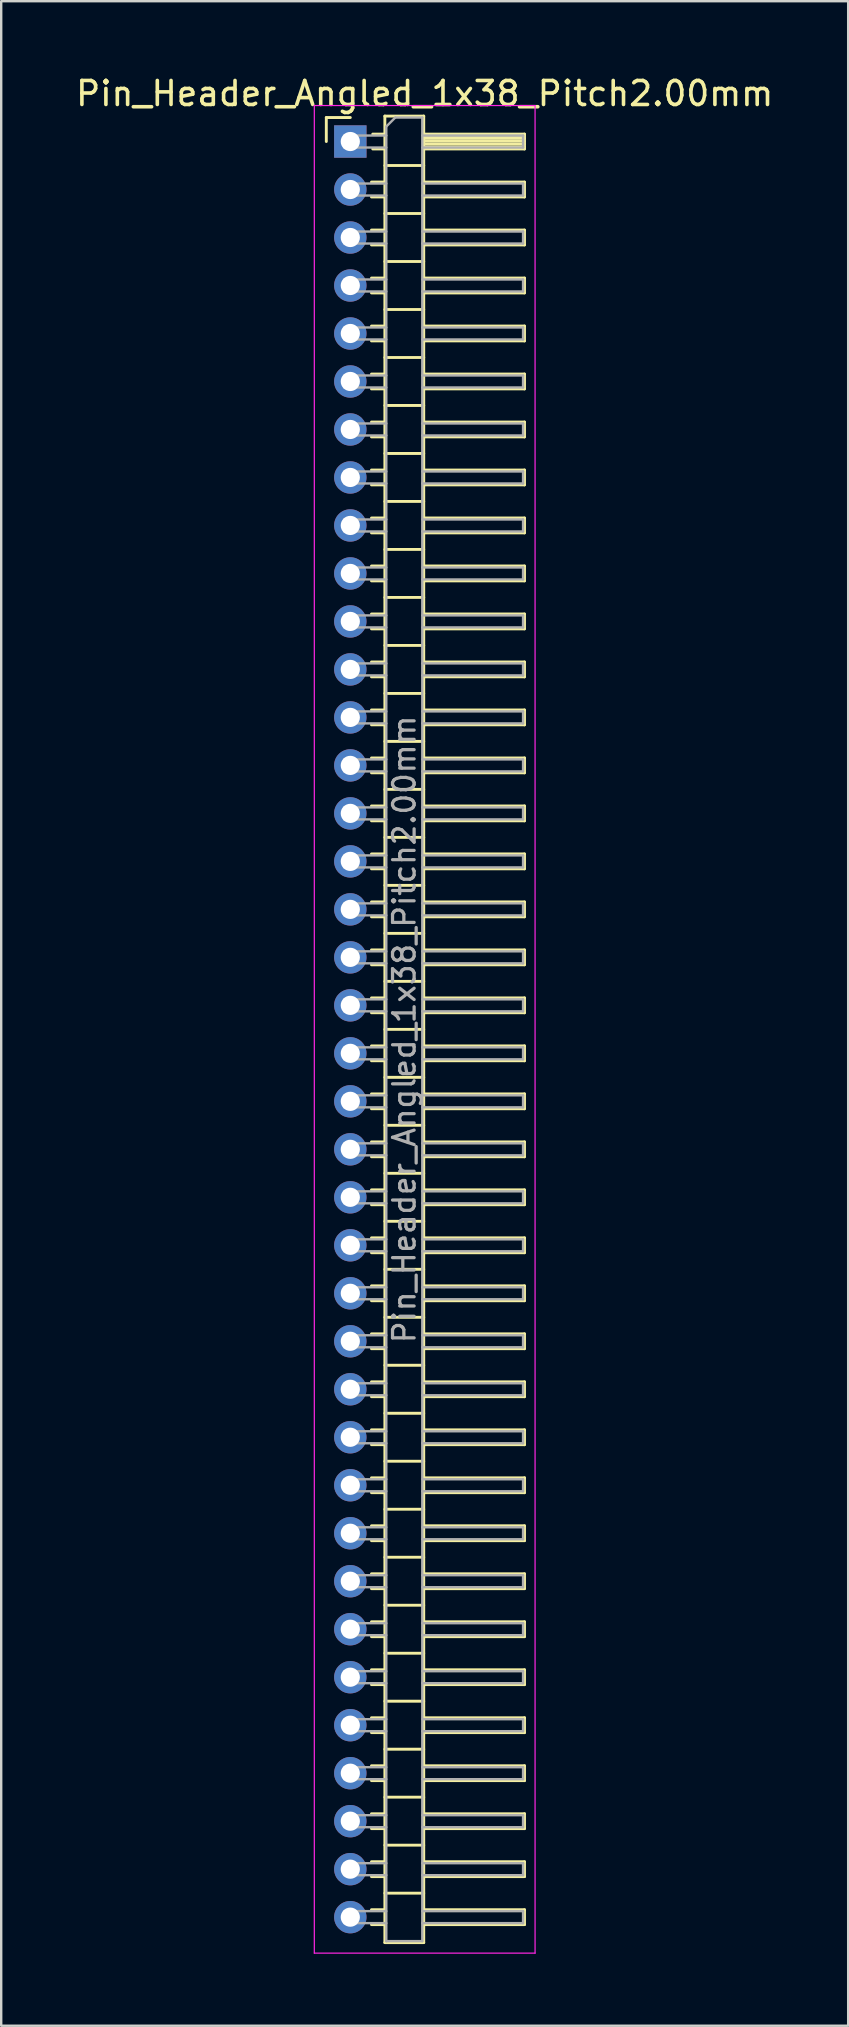
<source format=kicad_pcb>
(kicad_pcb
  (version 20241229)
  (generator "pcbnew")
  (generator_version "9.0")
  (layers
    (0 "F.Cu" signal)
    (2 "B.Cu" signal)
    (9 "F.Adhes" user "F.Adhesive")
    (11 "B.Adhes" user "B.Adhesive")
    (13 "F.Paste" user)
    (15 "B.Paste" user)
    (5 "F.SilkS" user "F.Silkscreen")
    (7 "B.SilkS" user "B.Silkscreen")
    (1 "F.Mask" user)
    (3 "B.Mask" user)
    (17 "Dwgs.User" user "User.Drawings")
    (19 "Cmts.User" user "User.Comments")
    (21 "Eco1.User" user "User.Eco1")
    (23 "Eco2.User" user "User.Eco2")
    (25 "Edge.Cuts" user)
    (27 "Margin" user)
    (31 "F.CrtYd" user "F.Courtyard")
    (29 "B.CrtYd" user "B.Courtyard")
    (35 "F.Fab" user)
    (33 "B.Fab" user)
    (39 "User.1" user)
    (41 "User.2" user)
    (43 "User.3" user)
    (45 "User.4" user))
  (footprint "Pin_Header_Angled_1x38_Pitch2.00mm"
    (layer "F.Cu")
    (at 11.549 2.848)
    (property "Reference" "Pin_Header_Angled_1x38_Pitch2.00mm" (at 3.1 -2 0) (layer "F.SilkS") (effects (font (size 1 1) (thickness 0.15))))
    (attr through_hole)
    (fp_line (start -1 -1) (end 0 -1) (stroke (width 0.12) (type solid)) (layer "F.SilkS"))
    (fp_line (start -1 0) (end -1 -1) (stroke (width 0.12) (type solid)) (layer "F.SilkS"))
    (fp_line (start 0.882 1.69) (end 1.44 1.69) (stroke (width 0.12) (type solid)) (layer "F.SilkS"))
    (fp_line (start 0.882 2.31) (end 1.44 2.31) (stroke (width 0.12) (type solid)) (layer "F.SilkS"))
    (fp_line (start 0.882 3.69) (end 1.44 3.69) (stroke (width 0.12) (type solid)) (layer "F.SilkS"))
    (fp_line (start 0.882 4.31) (end 1.44 4.31) (stroke (width 0.12) (type solid)) (layer "F.SilkS"))
    (fp_line (start 0.882 5.69) (end 1.44 5.69) (stroke (width 0.12) (type solid)) (layer "F.SilkS"))
    (fp_line (start 0.882 6.31) (end 1.44 6.31) (stroke (width 0.12) (type solid)) (layer "F.SilkS"))
    (fp_line (start 0.882 7.69) (end 1.44 7.69) (stroke (width 0.12) (type solid)) (layer "F.SilkS"))
    (fp_line (start 0.882 8.31) (end 1.44 8.31) (stroke (width 0.12) (type solid)) (layer "F.SilkS"))
    (fp_line (start 0.882 9.69) (end 1.44 9.69) (stroke (width 0.12) (type solid)) (layer "F.SilkS"))
    (fp_line (start 0.882 10.31) (end 1.44 10.31) (stroke (width 0.12) (type solid)) (layer "F.SilkS"))
    (fp_line (start 0.882 11.69) (end 1.44 11.69) (stroke (width 0.12) (type solid)) (layer "F.SilkS"))
    (fp_line (start 0.882 12.31) (end 1.44 12.31) (stroke (width 0.12) (type solid)) (layer "F.SilkS"))
    (fp_line (start 0.882 13.69) (end 1.44 13.69) (stroke (width 0.12) (type solid)) (layer "F.SilkS"))
    (fp_line (start 0.882 14.31) (end 1.44 14.31) (stroke (width 0.12) (type solid)) (layer "F.SilkS"))
    (fp_line (start 0.882 15.69) (end 1.44 15.69) (stroke (width 0.12) (type solid)) (layer "F.SilkS"))
    (fp_line (start 0.882 16.31) (end 1.44 16.31) (stroke (width 0.12) (type solid)) (layer "F.SilkS"))
    (fp_line (start 0.882 17.69) (end 1.44 17.69) (stroke (width 0.12) (type solid)) (layer "F.SilkS"))
    (fp_line (start 0.882 18.31) (end 1.44 18.31) (stroke (width 0.12) (type solid)) (layer "F.SilkS"))
    (fp_line (start 0.882 19.69) (end 1.44 19.69) (stroke (width 0.12) (type solid)) (layer "F.SilkS"))
    (fp_line (start 0.882 20.31) (end 1.44 20.31) (stroke (width 0.12) (type solid)) (layer "F.SilkS"))
    (fp_line (start 0.882 21.69) (end 1.44 21.69) (stroke (width 0.12) (type solid)) (layer "F.SilkS"))
    (fp_line (start 0.882 22.31) (end 1.44 22.31) (stroke (width 0.12) (type solid)) (layer "F.SilkS"))
    (fp_line (start 0.882 23.69) (end 1.44 23.69) (stroke (width 0.12) (type solid)) (layer "F.SilkS"))
    (fp_line (start 0.882 24.31) (end 1.44 24.31) (stroke (width 0.12) (type solid)) (layer "F.SilkS"))
    (fp_line (start 0.882 25.69) (end 1.44 25.69) (stroke (width 0.12) (type solid)) (layer "F.SilkS"))
    (fp_line (start 0.882 26.31) (end 1.44 26.31) (stroke (width 0.12) (type solid)) (layer "F.SilkS"))
    (fp_line (start 0.882 27.69) (end 1.44 27.69) (stroke (width 0.12) (type solid)) (layer "F.SilkS"))
    (fp_line (start 0.882 28.31) (end 1.44 28.31) (stroke (width 0.12) (type solid)) (layer "F.SilkS"))
    (fp_line (start 0.882 29.69) (end 1.44 29.69) (stroke (width 0.12) (type solid)) (layer "F.SilkS"))
    (fp_line (start 0.882 30.31) (end 1.44 30.31) (stroke (width 0.12) (type solid)) (layer "F.SilkS"))
    (fp_line (start 0.882 31.69) (end 1.44 31.69) (stroke (width 0.12) (type solid)) (layer "F.SilkS"))
    (fp_line (start 0.882 32.31) (end 1.44 32.31) (stroke (width 0.12) (type solid)) (layer "F.SilkS"))
    (fp_line (start 0.882 33.69) (end 1.44 33.69) (stroke (width 0.12) (type solid)) (layer "F.SilkS"))
    (fp_line (start 0.882 34.31) (end 1.44 34.31) (stroke (width 0.12) (type solid)) (layer "F.SilkS"))
    (fp_line (start 0.882 35.69) (end 1.44 35.69) (stroke (width 0.12) (type solid)) (layer "F.SilkS"))
    (fp_line (start 0.882 36.31) (end 1.44 36.31) (stroke (width 0.12) (type solid)) (layer "F.SilkS"))
    (fp_line (start 0.882 37.69) (end 1.44 37.69) (stroke (width 0.12) (type solid)) (layer "F.SilkS"))
    (fp_line (start 0.882 38.31) (end 1.44 38.31) (stroke (width 0.12) (type solid)) (layer "F.SilkS"))
    (fp_line (start 0.882 39.69) (end 1.44 39.69) (stroke (width 0.12) (type solid)) (layer "F.SilkS"))
    (fp_line (start 0.882 40.31) (end 1.44 40.31) (stroke (width 0.12) (type solid)) (layer "F.SilkS"))
    (fp_line (start 0.882 41.69) (end 1.44 41.69) (stroke (width 0.12) (type solid)) (layer "F.SilkS"))
    (fp_line (start 0.882 42.31) (end 1.44 42.31) (stroke (width 0.12) (type solid)) (layer "F.SilkS"))
    (fp_line (start 0.882 43.69) (end 1.44 43.69) (stroke (width 0.12) (type solid)) (layer "F.SilkS"))
    (fp_line (start 0.882 44.31) (end 1.44 44.31) (stroke (width 0.12) (type solid)) (layer "F.SilkS"))
    (fp_line (start 0.882 45.69) (end 1.44 45.69) (stroke (width 0.12) (type solid)) (layer "F.SilkS"))
    (fp_line (start 0.882 46.31) (end 1.44 46.31) (stroke (width 0.12) (type solid)) (layer "F.SilkS"))
    (fp_line (start 0.882 47.69) (end 1.44 47.69) (stroke (width 0.12) (type solid)) (layer "F.SilkS"))
    (fp_line (start 0.882 48.31) (end 1.44 48.31) (stroke (width 0.12) (type solid)) (layer "F.SilkS"))
    (fp_line (start 0.882 49.69) (end 1.44 49.69) (stroke (width 0.12) (type solid)) (layer "F.SilkS"))
    (fp_line (start 0.882 50.31) (end 1.44 50.31) (stroke (width 0.12) (type solid)) (layer "F.SilkS"))
    (fp_line (start 0.882 51.69) (end 1.44 51.69) (stroke (width 0.12) (type solid)) (layer "F.SilkS"))
    (fp_line (start 0.882 52.31) (end 1.44 52.31) (stroke (width 0.12) (type solid)) (layer "F.SilkS"))
    (fp_line (start 0.882 53.69) (end 1.44 53.69) (stroke (width 0.12) (type solid)) (layer "F.SilkS"))
    (fp_line (start 0.882 54.31) (end 1.44 54.31) (stroke (width 0.12) (type solid)) (layer "F.SilkS"))
    (fp_line (start 0.882 55.69) (end 1.44 55.69) (stroke (width 0.12) (type solid)) (layer "F.SilkS"))
    (fp_line (start 0.882 56.31) (end 1.44 56.31) (stroke (width 0.12) (type solid)) (layer "F.SilkS"))
    (fp_line (start 0.882 57.69) (end 1.44 57.69) (stroke (width 0.12) (type solid)) (layer "F.SilkS"))
    (fp_line (start 0.882 58.31) (end 1.44 58.31) (stroke (width 0.12) (type solid)) (layer "F.SilkS"))
    (fp_line (start 0.882 59.69) (end 1.44 59.69) (stroke (width 0.12) (type solid)) (layer "F.SilkS"))
    (fp_line (start 0.882 60.31) (end 1.44 60.31) (stroke (width 0.12) (type solid)) (layer "F.SilkS"))
    (fp_line (start 0.882 61.69) (end 1.44 61.69) (stroke (width 0.12) (type solid)) (layer "F.SilkS"))
    (fp_line (start 0.882 62.31) (end 1.44 62.31) (stroke (width 0.12) (type solid)) (layer "F.SilkS"))
    (fp_line (start 0.882 63.69) (end 1.44 63.69) (stroke (width 0.12) (type solid)) (layer "F.SilkS"))
    (fp_line (start 0.882 64.31) (end 1.44 64.31) (stroke (width 0.12) (type solid)) (layer "F.SilkS"))
    (fp_line (start 0.882 65.69) (end 1.44 65.69) (stroke (width 0.12) (type solid)) (layer "F.SilkS"))
    (fp_line (start 0.882 66.31) (end 1.44 66.31) (stroke (width 0.12) (type solid)) (layer "F.SilkS"))
    (fp_line (start 0.882 67.69) (end 1.44 67.69) (stroke (width 0.12) (type solid)) (layer "F.SilkS"))
    (fp_line (start 0.882 68.31) (end 1.44 68.31) (stroke (width 0.12) (type solid)) (layer "F.SilkS"))
    (fp_line (start 0.882 69.69) (end 1.44 69.69) (stroke (width 0.12) (type solid)) (layer "F.SilkS"))
    (fp_line (start 0.882 70.31) (end 1.44 70.31) (stroke (width 0.12) (type solid)) (layer "F.SilkS"))
    (fp_line (start 0.882 71.69) (end 1.44 71.69) (stroke (width 0.12) (type solid)) (layer "F.SilkS"))
    (fp_line (start 0.882 72.31) (end 1.44 72.31) (stroke (width 0.12) (type solid)) (layer "F.SilkS"))
    (fp_line (start 0.882 73.69) (end 1.44 73.69) (stroke (width 0.12) (type solid)) (layer "F.SilkS"))
    (fp_line (start 0.882 74.31) (end 1.44 74.31) (stroke (width 0.12) (type solid)) (layer "F.SilkS"))
    (fp_line (start 0.935 -0.31) (end 1.44 -0.31) (stroke (width 0.12) (type solid)) (layer "F.SilkS"))
    (fp_line (start 0.935 0.31) (end 1.44 0.31) (stroke (width 0.12) (type solid)) (layer "F.SilkS"))
    (fp_line (start 1.44 -1.06) (end 1.44 75.06) (stroke (width 0.12) (type solid)) (layer "F.SilkS"))
    (fp_line (start 1.44 1) (end 3.06 1) (stroke (width 0.12) (type solid)) (layer "F.SilkS"))
    (fp_line (start 1.44 3) (end 3.06 3) (stroke (width 0.12) (type solid)) (layer "F.SilkS"))
    (fp_line (start 1.44 5) (end 3.06 5) (stroke (width 0.12) (type solid)) (layer "F.SilkS"))
    (fp_line (start 1.44 7) (end 3.06 7) (stroke (width 0.12) (type solid)) (layer "F.SilkS"))
    (fp_line (start 1.44 9) (end 3.06 9) (stroke (width 0.12) (type solid)) (layer "F.SilkS"))
    (fp_line (start 1.44 11) (end 3.06 11) (stroke (width 0.12) (type solid)) (layer "F.SilkS"))
    (fp_line (start 1.44 13) (end 3.06 13) (stroke (width 0.12) (type solid)) (layer "F.SilkS"))
    (fp_line (start 1.44 15) (end 3.06 15) (stroke (width 0.12) (type solid)) (layer "F.SilkS"))
    (fp_line (start 1.44 17) (end 3.06 17) (stroke (width 0.12) (type solid)) (layer "F.SilkS"))
    (fp_line (start 1.44 19) (end 3.06 19) (stroke (width 0.12) (type solid)) (layer "F.SilkS"))
    (fp_line (start 1.44 21) (end 3.06 21) (stroke (width 0.12) (type solid)) (layer "F.SilkS"))
    (fp_line (start 1.44 23) (end 3.06 23) (stroke (width 0.12) (type solid)) (layer "F.SilkS"))
    (fp_line (start 1.44 25) (end 3.06 25) (stroke (width 0.12) (type solid)) (layer "F.SilkS"))
    (fp_line (start 1.44 27) (end 3.06 27) (stroke (width 0.12) (type solid)) (layer "F.SilkS"))
    (fp_line (start 1.44 29) (end 3.06 29) (stroke (width 0.12) (type solid)) (layer "F.SilkS"))
    (fp_line (start 1.44 31) (end 3.06 31) (stroke (width 0.12) (type solid)) (layer "F.SilkS"))
    (fp_line (start 1.44 33) (end 3.06 33) (stroke (width 0.12) (type solid)) (layer "F.SilkS"))
    (fp_line (start 1.44 35) (end 3.06 35) (stroke (width 0.12) (type solid)) (layer "F.SilkS"))
    (fp_line (start 1.44 37) (end 3.06 37) (stroke (width 0.12) (type solid)) (layer "F.SilkS"))
    (fp_line (start 1.44 39) (end 3.06 39) (stroke (width 0.12) (type solid)) (layer "F.SilkS"))
    (fp_line (start 1.44 41) (end 3.06 41) (stroke (width 0.12) (type solid)) (layer "F.SilkS"))
    (fp_line (start 1.44 43) (end 3.06 43) (stroke (width 0.12) (type solid)) (layer "F.SilkS"))
    (fp_line (start 1.44 45) (end 3.06 45) (stroke (width 0.12) (type solid)) (layer "F.SilkS"))
    (fp_line (start 1.44 47) (end 3.06 47) (stroke (width 0.12) (type solid)) (layer "F.SilkS"))
    (fp_line (start 1.44 49) (end 3.06 49) (stroke (width 0.12) (type solid)) (layer "F.SilkS"))
    (fp_line (start 1.44 51) (end 3.06 51) (stroke (width 0.12) (type solid)) (layer "F.SilkS"))
    (fp_line (start 1.44 53) (end 3.06 53) (stroke (width 0.12) (type solid)) (layer "F.SilkS"))
    (fp_line (start 1.44 55) (end 3.06 55) (stroke (width 0.12) (type solid)) (layer "F.SilkS"))
    (fp_line (start 1.44 57) (end 3.06 57) (stroke (width 0.12) (type solid)) (layer "F.SilkS"))
    (fp_line (start 1.44 59) (end 3.06 59) (stroke (width 0.12) (type solid)) (layer "F.SilkS"))
    (fp_line (start 1.44 61) (end 3.06 61) (stroke (width 0.12) (type solid)) (layer "F.SilkS"))
    (fp_line (start 1.44 63) (end 3.06 63) (stroke (width 0.12) (type solid)) (layer "F.SilkS"))
    (fp_line (start 1.44 65) (end 3.06 65) (stroke (width 0.12) (type solid)) (layer "F.SilkS"))
    (fp_line (start 1.44 67) (end 3.06 67) (stroke (width 0.12) (type solid)) (layer "F.SilkS"))
    (fp_line (start 1.44 69) (end 3.06 69) (stroke (width 0.12) (type solid)) (layer "F.SilkS"))
    (fp_line (start 1.44 71) (end 3.06 71) (stroke (width 0.12) (type solid)) (layer "F.SilkS"))
    (fp_line (start 1.44 73) (end 3.06 73) (stroke (width 0.12) (type solid)) (layer "F.SilkS"))
    (fp_line (start 1.44 75.06) (end 3.06 75.06) (stroke (width 0.12) (type solid)) (layer "F.SilkS"))
    (fp_line (start 3.06 -1.06) (end 1.44 -1.06) (stroke (width 0.12) (type solid)) (layer "F.SilkS"))
    (fp_line (start 3.06 -0.31) (end 7.26 -0.31) (stroke (width 0.12) (type solid)) (layer "F.SilkS"))
    (fp_line (start 3.06 -0.25) (end 7.26 -0.25) (stroke (width 0.12) (type solid)) (layer "F.SilkS"))
    (fp_line (start 3.06 -0.13) (end 7.26 -0.13) (stroke (width 0.12) (type solid)) (layer "F.SilkS"))
    (fp_line (start 3.06 -0.01) (end 7.26 -0.01) (stroke (width 0.12) (type solid)) (layer "F.SilkS"))
    (fp_line (start 3.06 0.11) (end 7.26 0.11) (stroke (width 0.12) (type solid)) (layer "F.SilkS"))
    (fp_line (start 3.06 0.23) (end 7.26 0.23) (stroke (width 0.12) (type solid)) (layer "F.SilkS"))
    (fp_line (start 3.06 1.69) (end 7.26 1.69) (stroke (width 0.12) (type solid)) (layer "F.SilkS"))
    (fp_line (start 3.06 3.69) (end 7.26 3.69) (stroke (width 0.12) (type solid)) (layer "F.SilkS"))
    (fp_line (start 3.06 5.69) (end 7.26 5.69) (stroke (width 0.12) (type solid)) (layer "F.SilkS"))
    (fp_line (start 3.06 7.69) (end 7.26 7.69) (stroke (width 0.12) (type solid)) (layer "F.SilkS"))
    (fp_line (start 3.06 9.69) (end 7.26 9.69) (stroke (width 0.12) (type solid)) (layer "F.SilkS"))
    (fp_line (start 3.06 11.69) (end 7.26 11.69) (stroke (width 0.12) (type solid)) (layer "F.SilkS"))
    (fp_line (start 3.06 13.69) (end 7.26 13.69) (stroke (width 0.12) (type solid)) (layer "F.SilkS"))
    (fp_line (start 3.06 15.69) (end 7.26 15.69) (stroke (width 0.12) (type solid)) (layer "F.SilkS"))
    (fp_line (start 3.06 17.69) (end 7.26 17.69) (stroke (width 0.12) (type solid)) (layer "F.SilkS"))
    (fp_line (start 3.06 19.69) (end 7.26 19.69) (stroke (width 0.12) (type solid)) (layer "F.SilkS"))
    (fp_line (start 3.06 21.69) (end 7.26 21.69) (stroke (width 0.12) (type solid)) (layer "F.SilkS"))
    (fp_line (start 3.06 23.69) (end 7.26 23.69) (stroke (width 0.12) (type solid)) (layer "F.SilkS"))
    (fp_line (start 3.06 25.69) (end 7.26 25.69) (stroke (width 0.12) (type solid)) (layer "F.SilkS"))
    (fp_line (start 3.06 27.69) (end 7.26 27.69) (stroke (width 0.12) (type solid)) (layer "F.SilkS"))
    (fp_line (start 3.06 29.69) (end 7.26 29.69) (stroke (width 0.12) (type solid)) (layer "F.SilkS"))
    (fp_line (start 3.06 31.69) (end 7.26 31.69) (stroke (width 0.12) (type solid)) (layer "F.SilkS"))
    (fp_line (start 3.06 33.69) (end 7.26 33.69) (stroke (width 0.12) (type solid)) (layer "F.SilkS"))
    (fp_line (start 3.06 35.69) (end 7.26 35.69) (stroke (width 0.12) (type solid)) (layer "F.SilkS"))
    (fp_line (start 3.06 37.69) (end 7.26 37.69) (stroke (width 0.12) (type solid)) (layer "F.SilkS"))
    (fp_line (start 3.06 39.69) (end 7.26 39.69) (stroke (width 0.12) (type solid)) (layer "F.SilkS"))
    (fp_line (start 3.06 41.69) (end 7.26 41.69) (stroke (width 0.12) (type solid)) (layer "F.SilkS"))
    (fp_line (start 3.06 43.69) (end 7.26 43.69) (stroke (width 0.12) (type solid)) (layer "F.SilkS"))
    (fp_line (start 3.06 45.69) (end 7.26 45.69) (stroke (width 0.12) (type solid)) (layer "F.SilkS"))
    (fp_line (start 3.06 47.69) (end 7.26 47.69) (stroke (width 0.12) (type solid)) (layer "F.SilkS"))
    (fp_line (start 3.06 49.69) (end 7.26 49.69) (stroke (width 0.12) (type solid)) (layer "F.SilkS"))
    (fp_line (start 3.06 51.69) (end 7.26 51.69) (stroke (width 0.12) (type solid)) (layer "F.SilkS"))
    (fp_line (start 3.06 53.69) (end 7.26 53.69) (stroke (width 0.12) (type solid)) (layer "F.SilkS"))
    (fp_line (start 3.06 55.69) (end 7.26 55.69) (stroke (width 0.12) (type solid)) (layer "F.SilkS"))
    (fp_line (start 3.06 57.69) (end 7.26 57.69) (stroke (width 0.12) (type solid)) (layer "F.SilkS"))
    (fp_line (start 3.06 59.69) (end 7.26 59.69) (stroke (width 0.12) (type solid)) (layer "F.SilkS"))
    (fp_line (start 3.06 61.69) (end 7.26 61.69) (stroke (width 0.12) (type solid)) (layer "F.SilkS"))
    (fp_line (start 3.06 63.69) (end 7.26 63.69) (stroke (width 0.12) (type solid)) (layer "F.SilkS"))
    (fp_line (start 3.06 65.69) (end 7.26 65.69) (stroke (width 0.12) (type solid)) (layer "F.SilkS"))
    (fp_line (start 3.06 67.69) (end 7.26 67.69) (stroke (width 0.12) (type solid)) (layer "F.SilkS"))
    (fp_line (start 3.06 69.69) (end 7.26 69.69) (stroke (width 0.12) (type solid)) (layer "F.SilkS"))
    (fp_line (start 3.06 71.69) (end 7.26 71.69) (stroke (width 0.12) (type solid)) (layer "F.SilkS"))
    (fp_line (start 3.06 73.69) (end 7.26 73.69) (stroke (width 0.12) (type solid)) (layer "F.SilkS"))
    (fp_line (start 3.06 75.06) (end 3.06 -1.06) (stroke (width 0.12) (type solid)) (layer "F.SilkS"))
    (fp_line (start 7.26 -0.31) (end 7.26 0.31) (stroke (width 0.12) (type solid)) (layer "F.SilkS"))
    (fp_line (start 7.26 0.31) (end 3.06 0.31) (stroke (width 0.12) (type solid)) (layer "F.SilkS"))
    (fp_line (start 7.26 1.69) (end 7.26 2.31) (stroke (width 0.12) (type solid)) (layer "F.SilkS"))
    (fp_line (start 7.26 2.31) (end 3.06 2.31) (stroke (width 0.12) (type solid)) (layer "F.SilkS"))
    (fp_line (start 7.26 3.69) (end 7.26 4.31) (stroke (width 0.12) (type solid)) (layer "F.SilkS"))
    (fp_line (start 7.26 4.31) (end 3.06 4.31) (stroke (width 0.12) (type solid)) (layer "F.SilkS"))
    (fp_line (start 7.26 5.69) (end 7.26 6.31) (stroke (width 0.12) (type solid)) (layer "F.SilkS"))
    (fp_line (start 7.26 6.31) (end 3.06 6.31) (stroke (width 0.12) (type solid)) (layer "F.SilkS"))
    (fp_line (start 7.26 7.69) (end 7.26 8.31) (stroke (width 0.12) (type solid)) (layer "F.SilkS"))
    (fp_line (start 7.26 8.31) (end 3.06 8.31) (stroke (width 0.12) (type solid)) (layer "F.SilkS"))
    (fp_line (start 7.26 9.69) (end 7.26 10.31) (stroke (width 0.12) (type solid)) (layer "F.SilkS"))
    (fp_line (start 7.26 10.31) (end 3.06 10.31) (stroke (width 0.12) (type solid)) (layer "F.SilkS"))
    (fp_line (start 7.26 11.69) (end 7.26 12.31) (stroke (width 0.12) (type solid)) (layer "F.SilkS"))
    (fp_line (start 7.26 12.31) (end 3.06 12.31) (stroke (width 0.12) (type solid)) (layer "F.SilkS"))
    (fp_line (start 7.26 13.69) (end 7.26 14.31) (stroke (width 0.12) (type solid)) (layer "F.SilkS"))
    (fp_line (start 7.26 14.31) (end 3.06 14.31) (stroke (width 0.12) (type solid)) (layer "F.SilkS"))
    (fp_line (start 7.26 15.69) (end 7.26 16.31) (stroke (width 0.12) (type solid)) (layer "F.SilkS"))
    (fp_line (start 7.26 16.31) (end 3.06 16.31) (stroke (width 0.12) (type solid)) (layer "F.SilkS"))
    (fp_line (start 7.26 17.69) (end 7.26 18.31) (stroke (width 0.12) (type solid)) (layer "F.SilkS"))
    (fp_line (start 7.26 18.31) (end 3.06 18.31) (stroke (width 0.12) (type solid)) (layer "F.SilkS"))
    (fp_line (start 7.26 19.69) (end 7.26 20.31) (stroke (width 0.12) (type solid)) (layer "F.SilkS"))
    (fp_line (start 7.26 20.31) (end 3.06 20.31) (stroke (width 0.12) (type solid)) (layer "F.SilkS"))
    (fp_line (start 7.26 21.69) (end 7.26 22.31) (stroke (width 0.12) (type solid)) (layer "F.SilkS"))
    (fp_line (start 7.26 22.31) (end 3.06 22.31) (stroke (width 0.12) (type solid)) (layer "F.SilkS"))
    (fp_line (start 7.26 23.69) (end 7.26 24.31) (stroke (width 0.12) (type solid)) (layer "F.SilkS"))
    (fp_line (start 7.26 24.31) (end 3.06 24.31) (stroke (width 0.12) (type solid)) (layer "F.SilkS"))
    (fp_line (start 7.26 25.69) (end 7.26 26.31) (stroke (width 0.12) (type solid)) (layer "F.SilkS"))
    (fp_line (start 7.26 26.31) (end 3.06 26.31) (stroke (width 0.12) (type solid)) (layer "F.SilkS"))
    (fp_line (start 7.26 27.69) (end 7.26 28.31) (stroke (width 0.12) (type solid)) (layer "F.SilkS"))
    (fp_line (start 7.26 28.31) (end 3.06 28.31) (stroke (width 0.12) (type solid)) (layer "F.SilkS"))
    (fp_line (start 7.26 29.69) (end 7.26 30.31) (stroke (width 0.12) (type solid)) (layer "F.SilkS"))
    (fp_line (start 7.26 30.31) (end 3.06 30.31) (stroke (width 0.12) (type solid)) (layer "F.SilkS"))
    (fp_line (start 7.26 31.69) (end 7.26 32.31) (stroke (width 0.12) (type solid)) (layer "F.SilkS"))
    (fp_line (start 7.26 32.31) (end 3.06 32.31) (stroke (width 0.12) (type solid)) (layer "F.SilkS"))
    (fp_line (start 7.26 33.69) (end 7.26 34.31) (stroke (width 0.12) (type solid)) (layer "F.SilkS"))
    (fp_line (start 7.26 34.31) (end 3.06 34.31) (stroke (width 0.12) (type solid)) (layer "F.SilkS"))
    (fp_line (start 7.26 35.69) (end 7.26 36.31) (stroke (width 0.12) (type solid)) (layer "F.SilkS"))
    (fp_line (start 7.26 36.31) (end 3.06 36.31) (stroke (width 0.12) (type solid)) (layer "F.SilkS"))
    (fp_line (start 7.26 37.69) (end 7.26 38.31) (stroke (width 0.12) (type solid)) (layer "F.SilkS"))
    (fp_line (start 7.26 38.31) (end 3.06 38.31) (stroke (width 0.12) (type solid)) (layer "F.SilkS"))
    (fp_line (start 7.26 39.69) (end 7.26 40.31) (stroke (width 0.12) (type solid)) (layer "F.SilkS"))
    (fp_line (start 7.26 40.31) (end 3.06 40.31) (stroke (width 0.12) (type solid)) (layer "F.SilkS"))
    (fp_line (start 7.26 41.69) (end 7.26 42.31) (stroke (width 0.12) (type solid)) (layer "F.SilkS"))
    (fp_line (start 7.26 42.31) (end 3.06 42.31) (stroke (width 0.12) (type solid)) (layer "F.SilkS"))
    (fp_line (start 7.26 43.69) (end 7.26 44.31) (stroke (width 0.12) (type solid)) (layer "F.SilkS"))
    (fp_line (start 7.26 44.31) (end 3.06 44.31) (stroke (width 0.12) (type solid)) (layer "F.SilkS"))
    (fp_line (start 7.26 45.69) (end 7.26 46.31) (stroke (width 0.12) (type solid)) (layer "F.SilkS"))
    (fp_line (start 7.26 46.31) (end 3.06 46.31) (stroke (width 0.12) (type solid)) (layer "F.SilkS"))
    (fp_line (start 7.26 47.69) (end 7.26 48.31) (stroke (width 0.12) (type solid)) (layer "F.SilkS"))
    (fp_line (start 7.26 48.31) (end 3.06 48.31) (stroke (width 0.12) (type solid)) (layer "F.SilkS"))
    (fp_line (start 7.26 49.69) (end 7.26 50.31) (stroke (width 0.12) (type solid)) (layer "F.SilkS"))
    (fp_line (start 7.26 50.31) (end 3.06 50.31) (stroke (width 0.12) (type solid)) (layer "F.SilkS"))
    (fp_line (start 7.26 51.69) (end 7.26 52.31) (stroke (width 0.12) (type solid)) (layer "F.SilkS"))
    (fp_line (start 7.26 52.31) (end 3.06 52.31) (stroke (width 0.12) (type solid)) (layer "F.SilkS"))
    (fp_line (start 7.26 53.69) (end 7.26 54.31) (stroke (width 0.12) (type solid)) (layer "F.SilkS"))
    (fp_line (start 7.26 54.31) (end 3.06 54.31) (stroke (width 0.12) (type solid)) (layer "F.SilkS"))
    (fp_line (start 7.26 55.69) (end 7.26 56.31) (stroke (width 0.12) (type solid)) (layer "F.SilkS"))
    (fp_line (start 7.26 56.31) (end 3.06 56.31) (stroke (width 0.12) (type solid)) (layer "F.SilkS"))
    (fp_line (start 7.26 57.69) (end 7.26 58.31) (stroke (width 0.12) (type solid)) (layer "F.SilkS"))
    (fp_line (start 7.26 58.31) (end 3.06 58.31) (stroke (width 0.12) (type solid)) (layer "F.SilkS"))
    (fp_line (start 7.26 59.69) (end 7.26 60.31) (stroke (width 0.12) (type solid)) (layer "F.SilkS"))
    (fp_line (start 7.26 60.31) (end 3.06 60.31) (stroke (width 0.12) (type solid)) (layer "F.SilkS"))
    (fp_line (start 7.26 61.69) (end 7.26 62.31) (stroke (width 0.12) (type solid)) (layer "F.SilkS"))
    (fp_line (start 7.26 62.31) (end 3.06 62.31) (stroke (width 0.12) (type solid)) (layer "F.SilkS"))
    (fp_line (start 7.26 63.69) (end 7.26 64.31) (stroke (width 0.12) (type solid)) (layer "F.SilkS"))
    (fp_line (start 7.26 64.31) (end 3.06 64.31) (stroke (width 0.12) (type solid)) (layer "F.SilkS"))
    (fp_line (start 7.26 65.69) (end 7.26 66.31) (stroke (width 0.12) (type solid)) (layer "F.SilkS"))
    (fp_line (start 7.26 66.31) (end 3.06 66.31) (stroke (width 0.12) (type solid)) (layer "F.SilkS"))
    (fp_line (start 7.26 67.69) (end 7.26 68.31) (stroke (width 0.12) (type solid)) (layer "F.SilkS"))
    (fp_line (start 7.26 68.31) (end 3.06 68.31) (stroke (width 0.12) (type solid)) (layer "F.SilkS"))
    (fp_line (start 7.26 69.69) (end 7.26 70.31) (stroke (width 0.12) (type solid)) (layer "F.SilkS"))
    (fp_line (start 7.26 70.31) (end 3.06 70.31) (stroke (width 0.12) (type solid)) (layer "F.SilkS"))
    (fp_line (start 7.26 71.69) (end 7.26 72.31) (stroke (width 0.12) (type solid)) (layer "F.SilkS"))
    (fp_line (start 7.26 72.31) (end 3.06 72.31) (stroke (width 0.12) (type solid)) (layer "F.SilkS"))
    (fp_line (start 7.26 73.69) (end 7.26 74.31) (stroke (width 0.12) (type solid)) (layer "F.SilkS"))
    (fp_line (start 7.26 74.31) (end 3.06 74.31) (stroke (width 0.12) (type solid)) (layer "F.SilkS"))
    (fp_line (start -1.5 -1.5) (end -1.5 75.5) (stroke (width 0.05) (type solid)) (layer "F.CrtYd"))
    (fp_line (start -1.5 75.5) (end 7.7 75.5) (stroke (width 0.05) (type solid)) (layer "F.CrtYd"))
    (fp_line (start 7.7 -1.5) (end -1.5 -1.5) (stroke (width 0.05) (type solid)) (layer "F.CrtYd"))
    (fp_line (start 7.7 75.5) (end 7.7 -1.5) (stroke (width 0.05) (type solid)) (layer "F.CrtYd"))
    (fp_line (start -0.25 -0.25) (end -0.25 0.25) (stroke (width 0.1) (type solid)) (layer "F.Fab"))
    (fp_line (start -0.25 -0.25) (end 1.5 -0.25) (stroke (width 0.1) (type solid)) (layer "F.Fab"))
    (fp_line (start -0.25 0.25) (end 1.5 0.25) (stroke (width 0.1) (type solid)) (layer "F.Fab"))
    (fp_line (start -0.25 1.75) (end -0.25 2.25) (stroke (width 0.1) (type solid)) (layer "F.Fab"))
    (fp_line (start -0.25 1.75) (end 1.5 1.75) (stroke (width 0.1) (type solid)) (layer "F.Fab"))
    (fp_line (start -0.25 2.25) (end 1.5 2.25) (stroke (width 0.1) (type solid)) (layer "F.Fab"))
    (fp_line (start -0.25 3.75) (end -0.25 4.25) (stroke (width 0.1) (type solid)) (layer "F.Fab"))
    (fp_line (start -0.25 3.75) (end 1.5 3.75) (stroke (width 0.1) (type solid)) (layer "F.Fab"))
    (fp_line (start -0.25 4.25) (end 1.5 4.25) (stroke (width 0.1) (type solid)) (layer "F.Fab"))
    (fp_line (start -0.25 5.75) (end -0.25 6.25) (stroke (width 0.1) (type solid)) (layer "F.Fab"))
    (fp_line (start -0.25 5.75) (end 1.5 5.75) (stroke (width 0.1) (type solid)) (layer "F.Fab"))
    (fp_line (start -0.25 6.25) (end 1.5 6.25) (stroke (width 0.1) (type solid)) (layer "F.Fab"))
    (fp_line (start -0.25 7.75) (end -0.25 8.25) (stroke (width 0.1) (type solid)) (layer "F.Fab"))
    (fp_line (start -0.25 7.75) (end 1.5 7.75) (stroke (width 0.1) (type solid)) (layer "F.Fab"))
    (fp_line (start -0.25 8.25) (end 1.5 8.25) (stroke (width 0.1) (type solid)) (layer "F.Fab"))
    (fp_line (start -0.25 9.75) (end -0.25 10.25) (stroke (width 0.1) (type solid)) (layer "F.Fab"))
    (fp_line (start -0.25 9.75) (end 1.5 9.75) (stroke (width 0.1) (type solid)) (layer "F.Fab"))
    (fp_line (start -0.25 10.25) (end 1.5 10.25) (stroke (width 0.1) (type solid)) (layer "F.Fab"))
    (fp_line (start -0.25 11.75) (end -0.25 12.25) (stroke (width 0.1) (type solid)) (layer "F.Fab"))
    (fp_line (start -0.25 11.75) (end 1.5 11.75) (stroke (width 0.1) (type solid)) (layer "F.Fab"))
    (fp_line (start -0.25 12.25) (end 1.5 12.25) (stroke (width 0.1) (type solid)) (layer "F.Fab"))
    (fp_line (start -0.25 13.75) (end -0.25 14.25) (stroke (width 0.1) (type solid)) (layer "F.Fab"))
    (fp_line (start -0.25 13.75) (end 1.5 13.75) (stroke (width 0.1) (type solid)) (layer "F.Fab"))
    (fp_line (start -0.25 14.25) (end 1.5 14.25) (stroke (width 0.1) (type solid)) (layer "F.Fab"))
    (fp_line (start -0.25 15.75) (end -0.25 16.25) (stroke (width 0.1) (type solid)) (layer "F.Fab"))
    (fp_line (start -0.25 15.75) (end 1.5 15.75) (stroke (width 0.1) (type solid)) (layer "F.Fab"))
    (fp_line (start -0.25 16.25) (end 1.5 16.25) (stroke (width 0.1) (type solid)) (layer "F.Fab"))
    (fp_line (start -0.25 17.75) (end -0.25 18.25) (stroke (width 0.1) (type solid)) (layer "F.Fab"))
    (fp_line (start -0.25 17.75) (end 1.5 17.75) (stroke (width 0.1) (type solid)) (layer "F.Fab"))
    (fp_line (start -0.25 18.25) (end 1.5 18.25) (stroke (width 0.1) (type solid)) (layer "F.Fab"))
    (fp_line (start -0.25 19.75) (end -0.25 20.25) (stroke (width 0.1) (type solid)) (layer "F.Fab"))
    (fp_line (start -0.25 19.75) (end 1.5 19.75) (stroke (width 0.1) (type solid)) (layer "F.Fab"))
    (fp_line (start -0.25 20.25) (end 1.5 20.25) (stroke (width 0.1) (type solid)) (layer "F.Fab"))
    (fp_line (start -0.25 21.75) (end -0.25 22.25) (stroke (width 0.1) (type solid)) (layer "F.Fab"))
    (fp_line (start -0.25 21.75) (end 1.5 21.75) (stroke (width 0.1) (type solid)) (layer "F.Fab"))
    (fp_line (start -0.25 22.25) (end 1.5 22.25) (stroke (width 0.1) (type solid)) (layer "F.Fab"))
    (fp_line (start -0.25 23.75) (end -0.25 24.25) (stroke (width 0.1) (type solid)) (layer "F.Fab"))
    (fp_line (start -0.25 23.75) (end 1.5 23.75) (stroke (width 0.1) (type solid)) (layer "F.Fab"))
    (fp_line (start -0.25 24.25) (end 1.5 24.25) (stroke (width 0.1) (type solid)) (layer "F.Fab"))
    (fp_line (start -0.25 25.75) (end -0.25 26.25) (stroke (width 0.1) (type solid)) (layer "F.Fab"))
    (fp_line (start -0.25 25.75) (end 1.5 25.75) (stroke (width 0.1) (type solid)) (layer "F.Fab"))
    (fp_line (start -0.25 26.25) (end 1.5 26.25) (stroke (width 0.1) (type solid)) (layer "F.Fab"))
    (fp_line (start -0.25 27.75) (end -0.25 28.25) (stroke (width 0.1) (type solid)) (layer "F.Fab"))
    (fp_line (start -0.25 27.75) (end 1.5 27.75) (stroke (width 0.1) (type solid)) (layer "F.Fab"))
    (fp_line (start -0.25 28.25) (end 1.5 28.25) (stroke (width 0.1) (type solid)) (layer "F.Fab"))
    (fp_line (start -0.25 29.75) (end -0.25 30.25) (stroke (width 0.1) (type solid)) (layer "F.Fab"))
    (fp_line (start -0.25 29.75) (end 1.5 29.75) (stroke (width 0.1) (type solid)) (layer "F.Fab"))
    (fp_line (start -0.25 30.25) (end 1.5 30.25) (stroke (width 0.1) (type solid)) (layer "F.Fab"))
    (fp_line (start -0.25 31.75) (end -0.25 32.25) (stroke (width 0.1) (type solid)) (layer "F.Fab"))
    (fp_line (start -0.25 31.75) (end 1.5 31.75) (stroke (width 0.1) (type solid)) (layer "F.Fab"))
    (fp_line (start -0.25 32.25) (end 1.5 32.25) (stroke (width 0.1) (type solid)) (layer "F.Fab"))
    (fp_line (start -0.25 33.75) (end -0.25 34.25) (stroke (width 0.1) (type solid)) (layer "F.Fab"))
    (fp_line (start -0.25 33.75) (end 1.5 33.75) (stroke (width 0.1) (type solid)) (layer "F.Fab"))
    (fp_line (start -0.25 34.25) (end 1.5 34.25) (stroke (width 0.1) (type solid)) (layer "F.Fab"))
    (fp_line (start -0.25 35.75) (end -0.25 36.25) (stroke (width 0.1) (type solid)) (layer "F.Fab"))
    (fp_line (start -0.25 35.75) (end 1.5 35.75) (stroke (width 0.1) (type solid)) (layer "F.Fab"))
    (fp_line (start -0.25 36.25) (end 1.5 36.25) (stroke (width 0.1) (type solid)) (layer "F.Fab"))
    (fp_line (start -0.25 37.75) (end -0.25 38.25) (stroke (width 0.1) (type solid)) (layer "F.Fab"))
    (fp_line (start -0.25 37.75) (end 1.5 37.75) (stroke (width 0.1) (type solid)) (layer "F.Fab"))
    (fp_line (start -0.25 38.25) (end 1.5 38.25) (stroke (width 0.1) (type solid)) (layer "F.Fab"))
    (fp_line (start -0.25 39.75) (end -0.25 40.25) (stroke (width 0.1) (type solid)) (layer "F.Fab"))
    (fp_line (start -0.25 39.75) (end 1.5 39.75) (stroke (width 0.1) (type solid)) (layer "F.Fab"))
    (fp_line (start -0.25 40.25) (end 1.5 40.25) (stroke (width 0.1) (type solid)) (layer "F.Fab"))
    (fp_line (start -0.25 41.75) (end -0.25 42.25) (stroke (width 0.1) (type solid)) (layer "F.Fab"))
    (fp_line (start -0.25 41.75) (end 1.5 41.75) (stroke (width 0.1) (type solid)) (layer "F.Fab"))
    (fp_line (start -0.25 42.25) (end 1.5 42.25) (stroke (width 0.1) (type solid)) (layer "F.Fab"))
    (fp_line (start -0.25 43.75) (end -0.25 44.25) (stroke (width 0.1) (type solid)) (layer "F.Fab"))
    (fp_line (start -0.25 43.75) (end 1.5 43.75) (stroke (width 0.1) (type solid)) (layer "F.Fab"))
    (fp_line (start -0.25 44.25) (end 1.5 44.25) (stroke (width 0.1) (type solid)) (layer "F.Fab"))
    (fp_line (start -0.25 45.75) (end -0.25 46.25) (stroke (width 0.1) (type solid)) (layer "F.Fab"))
    (fp_line (start -0.25 45.75) (end 1.5 45.75) (stroke (width 0.1) (type solid)) (layer "F.Fab"))
    (fp_line (start -0.25 46.25) (end 1.5 46.25) (stroke (width 0.1) (type solid)) (layer "F.Fab"))
    (fp_line (start -0.25 47.75) (end -0.25 48.25) (stroke (width 0.1) (type solid)) (layer "F.Fab"))
    (fp_line (start -0.25 47.75) (end 1.5 47.75) (stroke (width 0.1) (type solid)) (layer "F.Fab"))
    (fp_line (start -0.25 48.25) (end 1.5 48.25) (stroke (width 0.1) (type solid)) (layer "F.Fab"))
    (fp_line (start -0.25 49.75) (end -0.25 50.25) (stroke (width 0.1) (type solid)) (layer "F.Fab"))
    (fp_line (start -0.25 49.75) (end 1.5 49.75) (stroke (width 0.1) (type solid)) (layer "F.Fab"))
    (fp_line (start -0.25 50.25) (end 1.5 50.25) (stroke (width 0.1) (type solid)) (layer "F.Fab"))
    (fp_line (start -0.25 51.75) (end -0.25 52.25) (stroke (width 0.1) (type solid)) (layer "F.Fab"))
    (fp_line (start -0.25 51.75) (end 1.5 51.75) (stroke (width 0.1) (type solid)) (layer "F.Fab"))
    (fp_line (start -0.25 52.25) (end 1.5 52.25) (stroke (width 0.1) (type solid)) (layer "F.Fab"))
    (fp_line (start -0.25 53.75) (end -0.25 54.25) (stroke (width 0.1) (type solid)) (layer "F.Fab"))
    (fp_line (start -0.25 53.75) (end 1.5 53.75) (stroke (width 0.1) (type solid)) (layer "F.Fab"))
    (fp_line (start -0.25 54.25) (end 1.5 54.25) (stroke (width 0.1) (type solid)) (layer "F.Fab"))
    (fp_line (start -0.25 55.75) (end -0.25 56.25) (stroke (width 0.1) (type solid)) (layer "F.Fab"))
    (fp_line (start -0.25 55.75) (end 1.5 55.75) (stroke (width 0.1) (type solid)) (layer "F.Fab"))
    (fp_line (start -0.25 56.25) (end 1.5 56.25) (stroke (width 0.1) (type solid)) (layer "F.Fab"))
    (fp_line (start -0.25 57.75) (end -0.25 58.25) (stroke (width 0.1) (type solid)) (layer "F.Fab"))
    (fp_line (start -0.25 57.75) (end 1.5 57.75) (stroke (width 0.1) (type solid)) (layer "F.Fab"))
    (fp_line (start -0.25 58.25) (end 1.5 58.25) (stroke (width 0.1) (type solid)) (layer "F.Fab"))
    (fp_line (start -0.25 59.75) (end -0.25 60.25) (stroke (width 0.1) (type solid)) (layer "F.Fab"))
    (fp_line (start -0.25 59.75) (end 1.5 59.75) (stroke (width 0.1) (type solid)) (layer "F.Fab"))
    (fp_line (start -0.25 60.25) (end 1.5 60.25) (stroke (width 0.1) (type solid)) (layer "F.Fab"))
    (fp_line (start -0.25 61.75) (end -0.25 62.25) (stroke (width 0.1) (type solid)) (layer "F.Fab"))
    (fp_line (start -0.25 61.75) (end 1.5 61.75) (stroke (width 0.1) (type solid)) (layer "F.Fab"))
    (fp_line (start -0.25 62.25) (end 1.5 62.25) (stroke (width 0.1) (type solid)) (layer "F.Fab"))
    (fp_line (start -0.25 63.75) (end -0.25 64.25) (stroke (width 0.1) (type solid)) (layer "F.Fab"))
    (fp_line (start -0.25 63.75) (end 1.5 63.75) (stroke (width 0.1) (type solid)) (layer "F.Fab"))
    (fp_line (start -0.25 64.25) (end 1.5 64.25) (stroke (width 0.1) (type solid)) (layer "F.Fab"))
    (fp_line (start -0.25 65.75) (end -0.25 66.25) (stroke (width 0.1) (type solid)) (layer "F.Fab"))
    (fp_line (start -0.25 65.75) (end 1.5 65.75) (stroke (width 0.1) (type solid)) (layer "F.Fab"))
    (fp_line (start -0.25 66.25) (end 1.5 66.25) (stroke (width 0.1) (type solid)) (layer "F.Fab"))
    (fp_line (start -0.25 67.75) (end -0.25 68.25) (stroke (width 0.1) (type solid)) (layer "F.Fab"))
    (fp_line (start -0.25 67.75) (end 1.5 67.75) (stroke (width 0.1) (type solid)) (layer "F.Fab"))
    (fp_line (start -0.25 68.25) (end 1.5 68.25) (stroke (width 0.1) (type solid)) (layer "F.Fab"))
    (fp_line (start -0.25 69.75) (end -0.25 70.25) (stroke (width 0.1) (type solid)) (layer "F.Fab"))
    (fp_line (start -0.25 69.75) (end 1.5 69.75) (stroke (width 0.1) (type solid)) (layer "F.Fab"))
    (fp_line (start -0.25 70.25) (end 1.5 70.25) (stroke (width 0.1) (type solid)) (layer "F.Fab"))
    (fp_line (start -0.25 71.75) (end -0.25 72.25) (stroke (width 0.1) (type solid)) (layer "F.Fab"))
    (fp_line (start -0.25 71.75) (end 1.5 71.75) (stroke (width 0.1) (type solid)) (layer "F.Fab"))
    (fp_line (start -0.25 72.25) (end 1.5 72.25) (stroke (width 0.1) (type solid)) (layer "F.Fab"))
    (fp_line (start -0.25 73.75) (end -0.25 74.25) (stroke (width 0.1) (type solid)) (layer "F.Fab"))
    (fp_line (start -0.25 73.75) (end 1.5 73.75) (stroke (width 0.1) (type solid)) (layer "F.Fab"))
    (fp_line (start -0.25 74.25) (end 1.5 74.25) (stroke (width 0.1) (type solid)) (layer "F.Fab"))
    (fp_line (start 1.5 -0.625) (end 1.875 -1) (stroke (width 0.1) (type solid)) (layer "F.Fab"))
    (fp_line (start 1.5 75) (end 1.5 -0.625) (stroke (width 0.1) (type solid)) (layer "F.Fab"))
    (fp_line (start 1.875 -1) (end 3 -1) (stroke (width 0.1) (type solid)) (layer "F.Fab"))
    (fp_line (start 3 -1) (end 3 75) (stroke (width 0.1) (type solid)) (layer "F.Fab"))
    (fp_line (start 3 -0.25) (end 7.2 -0.25) (stroke (width 0.1) (type solid)) (layer "F.Fab"))
    (fp_line (start 3 0.25) (end 7.2 0.25) (stroke (width 0.1) (type solid)) (layer "F.Fab"))
    (fp_line (start 3 1.75) (end 7.2 1.75) (stroke (width 0.1) (type solid)) (layer "F.Fab"))
    (fp_line (start 3 2.25) (end 7.2 2.25) (stroke (width 0.1) (type solid)) (layer "F.Fab"))
    (fp_line (start 3 3.75) (end 7.2 3.75) (stroke (width 0.1) (type solid)) (layer "F.Fab"))
    (fp_line (start 3 4.25) (end 7.2 4.25) (stroke (width 0.1) (type solid)) (layer "F.Fab"))
    (fp_line (start 3 5.75) (end 7.2 5.75) (stroke (width 0.1) (type solid)) (layer "F.Fab"))
    (fp_line (start 3 6.25) (end 7.2 6.25) (stroke (width 0.1) (type solid)) (layer "F.Fab"))
    (fp_line (start 3 7.75) (end 7.2 7.75) (stroke (width 0.1) (type solid)) (layer "F.Fab"))
    (fp_line (start 3 8.25) (end 7.2 8.25) (stroke (width 0.1) (type solid)) (layer "F.Fab"))
    (fp_line (start 3 9.75) (end 7.2 9.75) (stroke (width 0.1) (type solid)) (layer "F.Fab"))
    (fp_line (start 3 10.25) (end 7.2 10.25) (stroke (width 0.1) (type solid)) (layer "F.Fab"))
    (fp_line (start 3 11.75) (end 7.2 11.75) (stroke (width 0.1) (type solid)) (layer "F.Fab"))
    (fp_line (start 3 12.25) (end 7.2 12.25) (stroke (width 0.1) (type solid)) (layer "F.Fab"))
    (fp_line (start 3 13.75) (end 7.2 13.75) (stroke (width 0.1) (type solid)) (layer "F.Fab"))
    (fp_line (start 3 14.25) (end 7.2 14.25) (stroke (width 0.1) (type solid)) (layer "F.Fab"))
    (fp_line (start 3 15.75) (end 7.2 15.75) (stroke (width 0.1) (type solid)) (layer "F.Fab"))
    (fp_line (start 3 16.25) (end 7.2 16.25) (stroke (width 0.1) (type solid)) (layer "F.Fab"))
    (fp_line (start 3 17.75) (end 7.2 17.75) (stroke (width 0.1) (type solid)) (layer "F.Fab"))
    (fp_line (start 3 18.25) (end 7.2 18.25) (stroke (width 0.1) (type solid)) (layer "F.Fab"))
    (fp_line (start 3 19.75) (end 7.2 19.75) (stroke (width 0.1) (type solid)) (layer "F.Fab"))
    (fp_line (start 3 20.25) (end 7.2 20.25) (stroke (width 0.1) (type solid)) (layer "F.Fab"))
    (fp_line (start 3 21.75) (end 7.2 21.75) (stroke (width 0.1) (type solid)) (layer "F.Fab"))
    (fp_line (start 3 22.25) (end 7.2 22.25) (stroke (width 0.1) (type solid)) (layer "F.Fab"))
    (fp_line (start 3 23.75) (end 7.2 23.75) (stroke (width 0.1) (type solid)) (layer "F.Fab"))
    (fp_line (start 3 24.25) (end 7.2 24.25) (stroke (width 0.1) (type solid)) (layer "F.Fab"))
    (fp_line (start 3 25.75) (end 7.2 25.75) (stroke (width 0.1) (type solid)) (layer "F.Fab"))
    (fp_line (start 3 26.25) (end 7.2 26.25) (stroke (width 0.1) (type solid)) (layer "F.Fab"))
    (fp_line (start 3 27.75) (end 7.2 27.75) (stroke (width 0.1) (type solid)) (layer "F.Fab"))
    (fp_line (start 3 28.25) (end 7.2 28.25) (stroke (width 0.1) (type solid)) (layer "F.Fab"))
    (fp_line (start 3 29.75) (end 7.2 29.75) (stroke (width 0.1) (type solid)) (layer "F.Fab"))
    (fp_line (start 3 30.25) (end 7.2 30.25) (stroke (width 0.1) (type solid)) (layer "F.Fab"))
    (fp_line (start 3 31.75) (end 7.2 31.75) (stroke (width 0.1) (type solid)) (layer "F.Fab"))
    (fp_line (start 3 32.25) (end 7.2 32.25) (stroke (width 0.1) (type solid)) (layer "F.Fab"))
    (fp_line (start 3 33.75) (end 7.2 33.75) (stroke (width 0.1) (type solid)) (layer "F.Fab"))
    (fp_line (start 3 34.25) (end 7.2 34.25) (stroke (width 0.1) (type solid)) (layer "F.Fab"))
    (fp_line (start 3 35.75) (end 7.2 35.75) (stroke (width 0.1) (type solid)) (layer "F.Fab"))
    (fp_line (start 3 36.25) (end 7.2 36.25) (stroke (width 0.1) (type solid)) (layer "F.Fab"))
    (fp_line (start 3 37.75) (end 7.2 37.75) (stroke (width 0.1) (type solid)) (layer "F.Fab"))
    (fp_line (start 3 38.25) (end 7.2 38.25) (stroke (width 0.1) (type solid)) (layer "F.Fab"))
    (fp_line (start 3 39.75) (end 7.2 39.75) (stroke (width 0.1) (type solid)) (layer "F.Fab"))
    (fp_line (start 3 40.25) (end 7.2 40.25) (stroke (width 0.1) (type solid)) (layer "F.Fab"))
    (fp_line (start 3 41.75) (end 7.2 41.75) (stroke (width 0.1) (type solid)) (layer "F.Fab"))
    (fp_line (start 3 42.25) (end 7.2 42.25) (stroke (width 0.1) (type solid)) (layer "F.Fab"))
    (fp_line (start 3 43.75) (end 7.2 43.75) (stroke (width 0.1) (type solid)) (layer "F.Fab"))
    (fp_line (start 3 44.25) (end 7.2 44.25) (stroke (width 0.1) (type solid)) (layer "F.Fab"))
    (fp_line (start 3 45.75) (end 7.2 45.75) (stroke (width 0.1) (type solid)) (layer "F.Fab"))
    (fp_line (start 3 46.25) (end 7.2 46.25) (stroke (width 0.1) (type solid)) (layer "F.Fab"))
    (fp_line (start 3 47.75) (end 7.2 47.75) (stroke (width 0.1) (type solid)) (layer "F.Fab"))
    (fp_line (start 3 48.25) (end 7.2 48.25) (stroke (width 0.1) (type solid)) (layer "F.Fab"))
    (fp_line (start 3 49.75) (end 7.2 49.75) (stroke (width 0.1) (type solid)) (layer "F.Fab"))
    (fp_line (start 3 50.25) (end 7.2 50.25) (stroke (width 0.1) (type solid)) (layer "F.Fab"))
    (fp_line (start 3 51.75) (end 7.2 51.75) (stroke (width 0.1) (type solid)) (layer "F.Fab"))
    (fp_line (start 3 52.25) (end 7.2 52.25) (stroke (width 0.1) (type solid)) (layer "F.Fab"))
    (fp_line (start 3 53.75) (end 7.2 53.75) (stroke (width 0.1) (type solid)) (layer "F.Fab"))
    (fp_line (start 3 54.25) (end 7.2 54.25) (stroke (width 0.1) (type solid)) (layer "F.Fab"))
    (fp_line (start 3 55.75) (end 7.2 55.75) (stroke (width 0.1) (type solid)) (layer "F.Fab"))
    (fp_line (start 3 56.25) (end 7.2 56.25) (stroke (width 0.1) (type solid)) (layer "F.Fab"))
    (fp_line (start 3 57.75) (end 7.2 57.75) (stroke (width 0.1) (type solid)) (layer "F.Fab"))
    (fp_line (start 3 58.25) (end 7.2 58.25) (stroke (width 0.1) (type solid)) (layer "F.Fab"))
    (fp_line (start 3 59.75) (end 7.2 59.75) (stroke (width 0.1) (type solid)) (layer "F.Fab"))
    (fp_line (start 3 60.25) (end 7.2 60.25) (stroke (width 0.1) (type solid)) (layer "F.Fab"))
    (fp_line (start 3 61.75) (end 7.2 61.75) (stroke (width 0.1) (type solid)) (layer "F.Fab"))
    (fp_line (start 3 62.25) (end 7.2 62.25) (stroke (width 0.1) (type solid)) (layer "F.Fab"))
    (fp_line (start 3 63.75) (end 7.2 63.75) (stroke (width 0.1) (type solid)) (layer "F.Fab"))
    (fp_line (start 3 64.25) (end 7.2 64.25) (stroke (width 0.1) (type solid)) (layer "F.Fab"))
    (fp_line (start 3 65.75) (end 7.2 65.75) (stroke (width 0.1) (type solid)) (layer "F.Fab"))
    (fp_line (start 3 66.25) (end 7.2 66.25) (stroke (width 0.1) (type solid)) (layer "F.Fab"))
    (fp_line (start 3 67.75) (end 7.2 67.75) (stroke (width 0.1) (type solid)) (layer "F.Fab"))
    (fp_line (start 3 68.25) (end 7.2 68.25) (stroke (width 0.1) (type solid)) (layer "F.Fab"))
    (fp_line (start 3 69.75) (end 7.2 69.75) (stroke (width 0.1) (type solid)) (layer "F.Fab"))
    (fp_line (start 3 70.25) (end 7.2 70.25) (stroke (width 0.1) (type solid)) (layer "F.Fab"))
    (fp_line (start 3 71.75) (end 7.2 71.75) (stroke (width 0.1) (type solid)) (layer "F.Fab"))
    (fp_line (start 3 72.25) (end 7.2 72.25) (stroke (width 0.1) (type solid)) (layer "F.Fab"))
    (fp_line (start 3 73.75) (end 7.2 73.75) (stroke (width 0.1) (type solid)) (layer "F.Fab"))
    (fp_line (start 3 74.25) (end 7.2 74.25) (stroke (width 0.1) (type solid)) (layer "F.Fab"))
    (fp_line (start 3 75) (end 1.5 75) (stroke (width 0.1) (type solid)) (layer "F.Fab"))
    (fp_line (start 7.2 -0.25) (end 7.2 0.25) (stroke (width 0.1) (type solid)) (layer "F.Fab"))
    (fp_line (start 7.2 1.75) (end 7.2 2.25) (stroke (width 0.1) (type solid)) (layer "F.Fab"))
    (fp_line (start 7.2 3.75) (end 7.2 4.25) (stroke (width 0.1) (type solid)) (layer "F.Fab"))
    (fp_line (start 7.2 5.75) (end 7.2 6.25) (stroke (width 0.1) (type solid)) (layer "F.Fab"))
    (fp_line (start 7.2 7.75) (end 7.2 8.25) (stroke (width 0.1) (type solid)) (layer "F.Fab"))
    (fp_line (start 7.2 9.75) (end 7.2 10.25) (stroke (width 0.1) (type solid)) (layer "F.Fab"))
    (fp_line (start 7.2 11.75) (end 7.2 12.25) (stroke (width 0.1) (type solid)) (layer "F.Fab"))
    (fp_line (start 7.2 13.75) (end 7.2 14.25) (stroke (width 0.1) (type solid)) (layer "F.Fab"))
    (fp_line (start 7.2 15.75) (end 7.2 16.25) (stroke (width 0.1) (type solid)) (layer "F.Fab"))
    (fp_line (start 7.2 17.75) (end 7.2 18.25) (stroke (width 0.1) (type solid)) (layer "F.Fab"))
    (fp_line (start 7.2 19.75) (end 7.2 20.25) (stroke (width 0.1) (type solid)) (layer "F.Fab"))
    (fp_line (start 7.2 21.75) (end 7.2 22.25) (stroke (width 0.1) (type solid)) (layer "F.Fab"))
    (fp_line (start 7.2 23.75) (end 7.2 24.25) (stroke (width 0.1) (type solid)) (layer "F.Fab"))
    (fp_line (start 7.2 25.75) (end 7.2 26.25) (stroke (width 0.1) (type solid)) (layer "F.Fab"))
    (fp_line (start 7.2 27.75) (end 7.2 28.25) (stroke (width 0.1) (type solid)) (layer "F.Fab"))
    (fp_line (start 7.2 29.75) (end 7.2 30.25) (stroke (width 0.1) (type solid)) (layer "F.Fab"))
    (fp_line (start 7.2 31.75) (end 7.2 32.25) (stroke (width 0.1) (type solid)) (layer "F.Fab"))
    (fp_line (start 7.2 33.75) (end 7.2 34.25) (stroke (width 0.1) (type solid)) (layer "F.Fab"))
    (fp_line (start 7.2 35.75) (end 7.2 36.25) (stroke (width 0.1) (type solid)) (layer "F.Fab"))
    (fp_line (start 7.2 37.75) (end 7.2 38.25) (stroke (width 0.1) (type solid)) (layer "F.Fab"))
    (fp_line (start 7.2 39.75) (end 7.2 40.25) (stroke (width 0.1) (type solid)) (layer "F.Fab"))
    (fp_line (start 7.2 41.75) (end 7.2 42.25) (stroke (width 0.1) (type solid)) (layer "F.Fab"))
    (fp_line (start 7.2 43.75) (end 7.2 44.25) (stroke (width 0.1) (type solid)) (layer "F.Fab"))
    (fp_line (start 7.2 45.75) (end 7.2 46.25) (stroke (width 0.1) (type solid)) (layer "F.Fab"))
    (fp_line (start 7.2 47.75) (end 7.2 48.25) (stroke (width 0.1) (type solid)) (layer "F.Fab"))
    (fp_line (start 7.2 49.75) (end 7.2 50.25) (stroke (width 0.1) (type solid)) (layer "F.Fab"))
    (fp_line (start 7.2 51.75) (end 7.2 52.25) (stroke (width 0.1) (type solid)) (layer "F.Fab"))
    (fp_line (start 7.2 53.75) (end 7.2 54.25) (stroke (width 0.1) (type solid)) (layer "F.Fab"))
    (fp_line (start 7.2 55.75) (end 7.2 56.25) (stroke (width 0.1) (type solid)) (layer "F.Fab"))
    (fp_line (start 7.2 57.75) (end 7.2 58.25) (stroke (width 0.1) (type solid)) (layer "F.Fab"))
    (fp_line (start 7.2 59.75) (end 7.2 60.25) (stroke (width 0.1) (type solid)) (layer "F.Fab"))
    (fp_line (start 7.2 61.75) (end 7.2 62.25) (stroke (width 0.1) (type solid)) (layer "F.Fab"))
    (fp_line (start 7.2 63.75) (end 7.2 64.25) (stroke (width 0.1) (type solid)) (layer "F.Fab"))
    (fp_line (start 7.2 65.75) (end 7.2 66.25) (stroke (width 0.1) (type solid)) (layer "F.Fab"))
    (fp_line (start 7.2 67.75) (end 7.2 68.25) (stroke (width 0.1) (type solid)) (layer "F.Fab"))
    (fp_line (start 7.2 69.75) (end 7.2 70.25) (stroke (width 0.1) (type solid)) (layer "F.Fab"))
    (fp_line (start 7.2 71.75) (end 7.2 72.25) (stroke (width 0.1) (type solid)) (layer "F.Fab"))
    (fp_line (start 7.2 73.75) (end 7.2 74.25) (stroke (width 0.1) (type solid)) (layer "F.Fab"))
    (fp_text user "${REFERENCE}" (at 2.25 37 90) (layer "F.Fab") (effects (font (size 0.9 0.9) (thickness 0.135))))
    (pad "1" thru_hole rect (at 0 0) (size 1.35 1.35) (drill 0.8) (layers "*.Cu" "*.Mask"))
    (pad "2" thru_hole oval (at 0 2) (size 1.35 1.35) (drill 0.8) (layers "*.Cu" "*.Mask"))
    (pad "3" thru_hole oval (at 0 4) (size 1.35 1.35) (drill 0.8) (layers "*.Cu" "*.Mask"))
    (pad "4" thru_hole oval (at 0 6) (size 1.35 1.35) (drill 0.8) (layers "*.Cu" "*.Mask"))
    (pad "5" thru_hole oval (at 0 8) (size 1.35 1.35) (drill 0.8) (layers "*.Cu" "*.Mask"))
    (pad "6" thru_hole oval (at 0 10) (size 1.35 1.35) (drill 0.8) (layers "*.Cu" "*.Mask"))
    (pad "7" thru_hole oval (at 0 12) (size 1.35 1.35) (drill 0.8) (layers "*.Cu" "*.Mask"))
    (pad "8" thru_hole oval (at 0 14) (size 1.35 1.35) (drill 0.8) (layers "*.Cu" "*.Mask"))
    (pad "9" thru_hole oval (at 0 16) (size 1.35 1.35) (drill 0.8) (layers "*.Cu" "*.Mask"))
    (pad "10" thru_hole oval (at 0 18) (size 1.35 1.35) (drill 0.8) (layers "*.Cu" "*.Mask"))
    (pad "11" thru_hole oval (at 0 20) (size 1.35 1.35) (drill 0.8) (layers "*.Cu" "*.Mask"))
    (pad "12" thru_hole oval (at 0 22) (size 1.35 1.35) (drill 0.8) (layers "*.Cu" "*.Mask"))
    (pad "13" thru_hole oval (at 0 24) (size 1.35 1.35) (drill 0.8) (layers "*.Cu" "*.Mask"))
    (pad "14" thru_hole oval (at 0 26) (size 1.35 1.35) (drill 0.8) (layers "*.Cu" "*.Mask"))
    (pad "15" thru_hole oval (at 0 28) (size 1.35 1.35) (drill 0.8) (layers "*.Cu" "*.Mask"))
    (pad "16" thru_hole oval (at 0 30) (size 1.35 1.35) (drill 0.8) (layers "*.Cu" "*.Mask"))
    (pad "17" thru_hole oval (at 0 32) (size 1.35 1.35) (drill 0.8) (layers "*.Cu" "*.Mask"))
    (pad "18" thru_hole oval (at 0 34) (size 1.35 1.35) (drill 0.8) (layers "*.Cu" "*.Mask"))
    (pad "19" thru_hole oval (at 0 36) (size 1.35 1.35) (drill 0.8) (layers "*.Cu" "*.Mask"))
    (pad "20" thru_hole oval (at 0 38) (size 1.35 1.35) (drill 0.8) (layers "*.Cu" "*.Mask"))
    (pad "21" thru_hole oval (at 0 40) (size 1.35 1.35) (drill 0.8) (layers "*.Cu" "*.Mask"))
    (pad "22" thru_hole oval (at 0 42) (size 1.35 1.35) (drill 0.8) (layers "*.Cu" "*.Mask"))
    (pad "23" thru_hole oval (at 0 44) (size 1.35 1.35) (drill 0.8) (layers "*.Cu" "*.Mask"))
    (pad "24" thru_hole oval (at 0 46) (size 1.35 1.35) (drill 0.8) (layers "*.Cu" "*.Mask"))
    (pad "25" thru_hole oval (at 0 48) (size 1.35 1.35) (drill 0.8) (layers "*.Cu" "*.Mask"))
    (pad "26" thru_hole oval (at 0 50) (size 1.35 1.35) (drill 0.8) (layers "*.Cu" "*.Mask"))
    (pad "27" thru_hole oval (at 0 52) (size 1.35 1.35) (drill 0.8) (layers "*.Cu" "*.Mask"))
    (pad "28" thru_hole oval (at 0 54) (size 1.35 1.35) (drill 0.8) (layers "*.Cu" "*.Mask"))
    (pad "29" thru_hole oval (at 0 56) (size 1.35 1.35) (drill 0.8) (layers "*.Cu" "*.Mask"))
    (pad "30" thru_hole oval (at 0 58) (size 1.35 1.35) (drill 0.8) (layers "*.Cu" "*.Mask"))
    (pad "31" thru_hole oval (at 0 60) (size 1.35 1.35) (drill 0.8) (layers "*.Cu" "*.Mask"))
    (pad "32" thru_hole oval (at 0 62) (size 1.35 1.35) (drill 0.8) (layers "*.Cu" "*.Mask"))
    (pad "33" thru_hole oval (at 0 64) (size 1.35 1.35) (drill 0.8) (layers "*.Cu" "*.Mask"))
    (pad "34" thru_hole oval (at 0 66) (size 1.35 1.35) (drill 0.8) (layers "*.Cu" "*.Mask"))
    (pad "35" thru_hole oval (at 0 68) (size 1.35 1.35) (drill 0.8) (layers "*.Cu" "*.Mask"))
    (pad "36" thru_hole oval (at 0 70) (size 1.35 1.35) (drill 0.8) (layers "*.Cu" "*.Mask"))
    (pad "37" thru_hole oval (at 0 72) (size 1.35 1.35) (drill 0.8) (layers "*.Cu" "*.Mask"))
    (pad "38" thru_hole oval (at 0 74) (size 1.35 1.35) (drill 0.8) (layers "*.Cu" "*.Mask")))
  (gr_rect
    (start -3 -3)
    (end 32.298 81.373)
    (stroke (width 0.1) (type default))
    (fill no)
    (layer "Edge.Cuts")))
</source>
